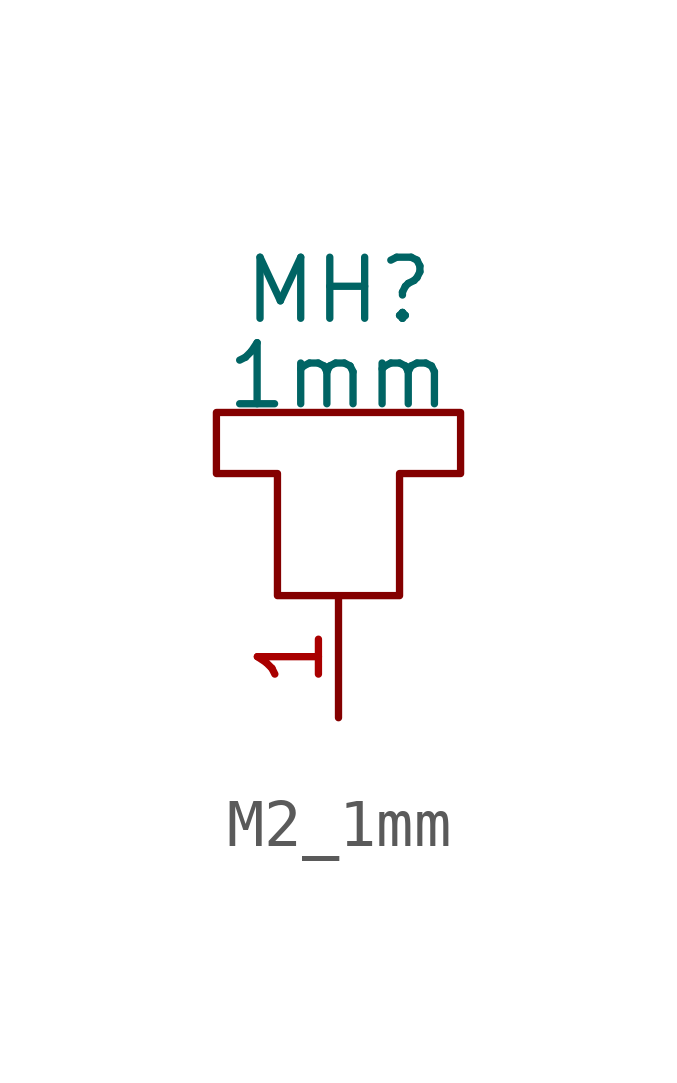
<source format=kicad_sym>
(kicad_symbol_lib
  (version 20241209)
  (generator "kicad_symbol_editor")
  (generator_version "9.0")
  (symbol "M2_1mm"
    (property "Reference" "MH"
      (at 0 3.81 0)
      (effects (font (size 1.27 1.27))))
    (property "Value" "1mm"
      (at 0 2.032 0)
      (effects (font (size 1.27 1.27))))
    (symbol "M2_1mm_0_1"
      (polyline (pts (xy 0 -2.54) (xy -1.27 -2.54) (xy -1.27 0) (xy -2.54 0) (xy -2.54 1.27) (xy 2.54 1.27) (xy 2.54 0) (xy 1.27 0) (xy 1.27 -2.54) (xy 0 -2.54)) (stroke (width 0) (type default)) (fill (type none))))
    (symbol "M2_1mm_1_1"
      (pin input line (at 0 -5.08 90) (length 2.54) (name "" (effects (font (size 1.27 1.27)))) (number "1" (effects (font (size 1.27 1.27))))))))
</source>
